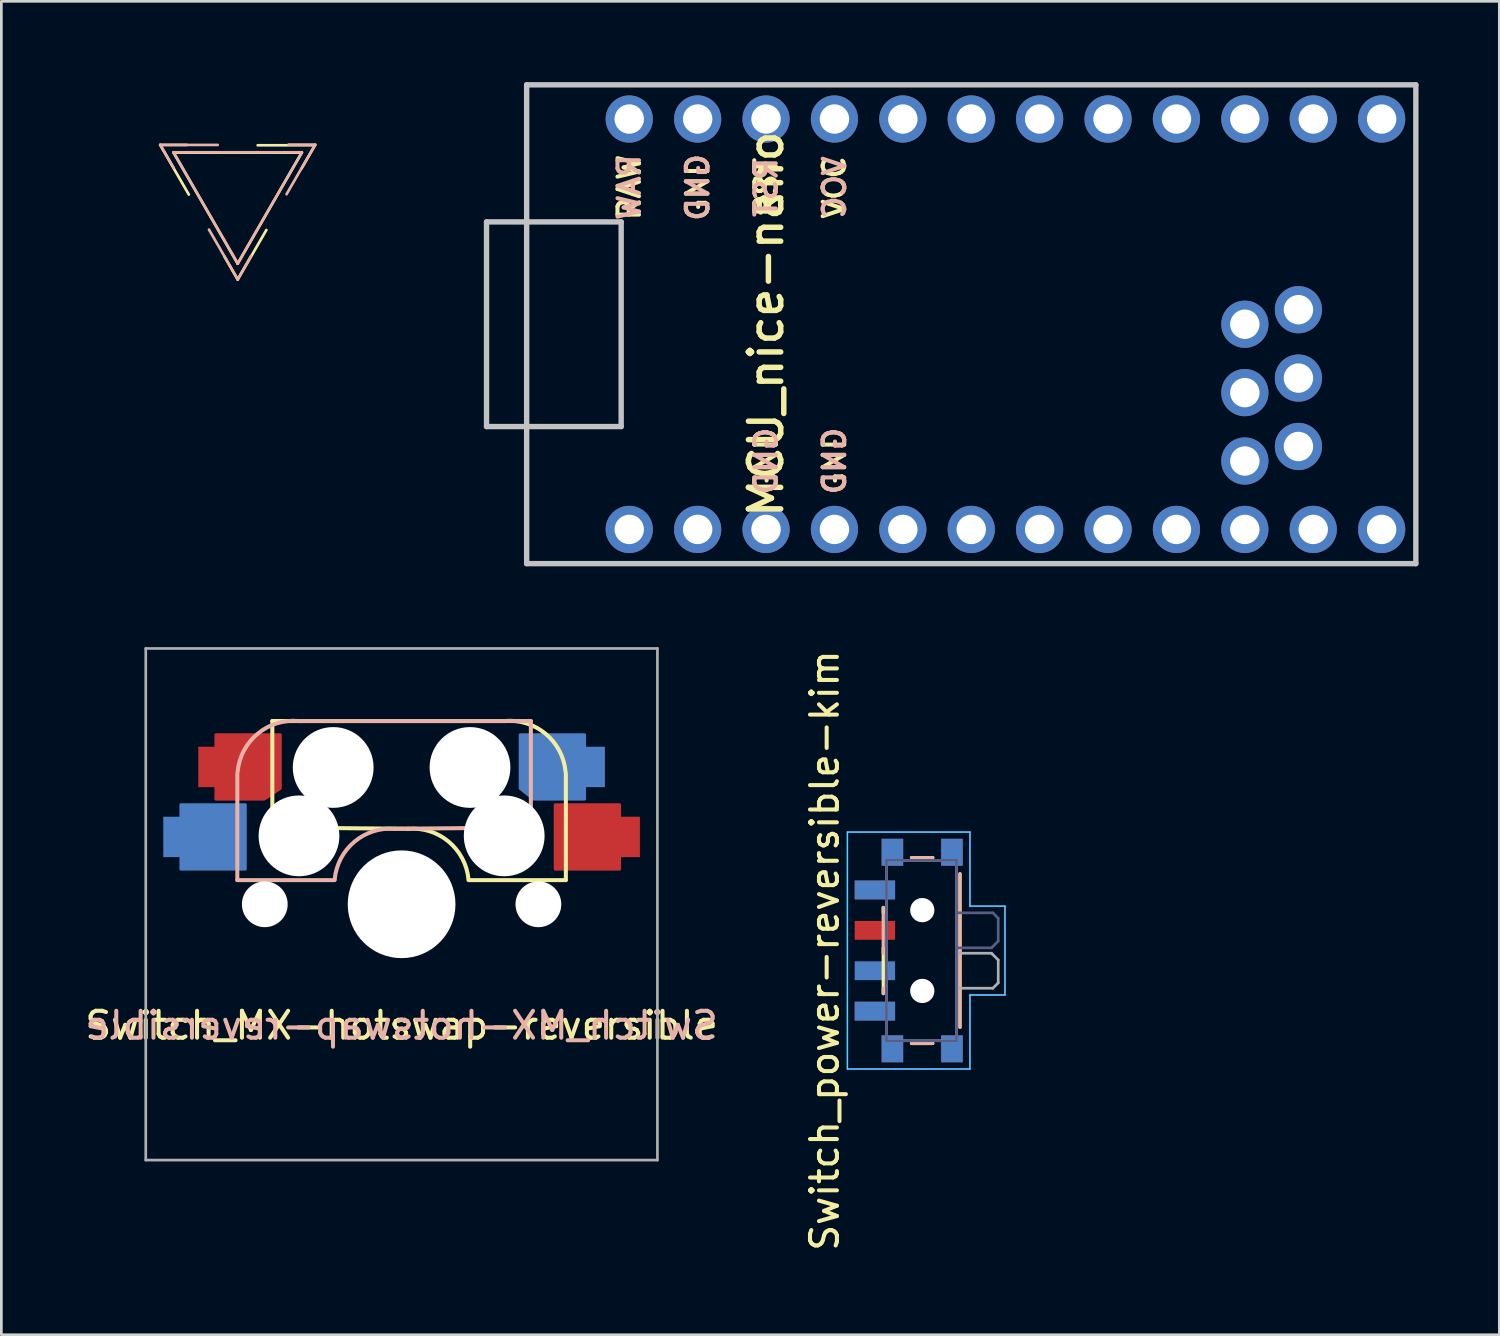
<source format=kicad_pcb>
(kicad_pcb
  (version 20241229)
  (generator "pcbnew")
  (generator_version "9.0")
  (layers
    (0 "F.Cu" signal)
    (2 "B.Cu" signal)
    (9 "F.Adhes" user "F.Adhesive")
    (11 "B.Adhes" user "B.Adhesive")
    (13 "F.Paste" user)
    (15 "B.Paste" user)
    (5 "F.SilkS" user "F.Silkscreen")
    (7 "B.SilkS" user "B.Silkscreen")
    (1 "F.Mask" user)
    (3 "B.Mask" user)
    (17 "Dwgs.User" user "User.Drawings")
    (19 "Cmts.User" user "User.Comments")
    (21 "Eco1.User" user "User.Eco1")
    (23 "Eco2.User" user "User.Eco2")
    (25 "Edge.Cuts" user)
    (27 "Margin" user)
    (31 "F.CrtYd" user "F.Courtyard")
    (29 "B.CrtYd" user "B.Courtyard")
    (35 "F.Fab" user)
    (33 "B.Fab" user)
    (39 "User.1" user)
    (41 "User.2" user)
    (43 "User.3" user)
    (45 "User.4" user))
  (footprint "MCU_nice-nano"
    (layer "F.Cu")
    (at 33.417 8.59)
    (property "Reference" "MCU_nice-nano" (at -8.02 0.4 90) (layer "F.SilkS") (effects (font (size 1.2 1.2) (thickness 0.203))))
    (attr through_hole)
    (fp_line (start -18.4 -3.4) (end -13.4 -3.4) (stroke (width 0.2) (type solid)) (layer "Dwgs.User"))
    (fp_line (start -18.4 4.2) (end -18.4 -3.4) (stroke (width 0.2) (type solid)) (layer "Dwgs.User"))
    (fp_line (start -16.91 -8.49) (end -16.91 9.29) (stroke (width 0.2) (type solid)) (layer "Dwgs.User"))
    (fp_line (start -16.91 9.29) (end 16.11 9.29) (stroke (width 0.2) (type solid)) (layer "Dwgs.User"))
    (fp_line (start -13.4 -3.4) (end -13.4 4.2) (stroke (width 0.2) (type solid)) (layer "Dwgs.User"))
    (fp_line (start -13.4 4.2) (end -18.4 4.2) (stroke (width 0.2) (type solid)) (layer "Dwgs.User"))
    (fp_line (start 16.11 -8.49) (end -16.91 -8.49) (stroke (width 0.2) (type solid)) (layer "Dwgs.User"))
    (fp_line (start 16.11 9.29) (end 16.11 -8.49) (stroke (width 0.2) (type solid)) (layer "Dwgs.User"))
    (fp_line (start 16.11 -8.49) (end -16.91 -8.49) (stroke (width 0.2) (type solid)) (layer "Eco1.User"))
    (fp_text user "RST" (at -8.02 -4.68 90) (layer "F.SilkS") (effects (font (size 0.8 0.8) (thickness 0.15))))
    (fp_text user "RAW" (at -13.1 -4.68 90) (layer "F.SilkS") (effects (font (size 0.8 0.8) (thickness 0.15))))
    (fp_text user "GND" (at -8.02 5.48 90) (layer "F.SilkS") (effects (font (size 0.8 0.8) (thickness 0.15))))
    (fp_text user "GND" (at -10.56 -4.68 90) (layer "F.SilkS") (effects (font (size 0.8 0.8) (thickness 0.15))))
    (fp_text user "VCC" (at -5.48 -4.68 90) (layer "F.SilkS") (effects (font (size 0.8 0.8) (thickness 0.15))))
    (fp_text user "GND" (at -5.48 5.48 90) (layer "F.SilkS") (effects (font (size 0.8 0.8) (thickness 0.15))))
    (fp_text user "RST" (at -8.02 -4.68 90) (layer "B.SilkS") (effects (font (size 0.8 0.8) (thickness 0.15)) (justify mirror)))
    (fp_text user "GND" (at -10.56 -4.68 90) (layer "B.SilkS") (effects (font (size 0.8 0.8) (thickness 0.15)) (justify mirror)))
    (fp_text user "GND" (at -5.48 5.48 90) (layer "B.SilkS") (effects (font (size 0.8 0.8) (thickness 0.15)) (justify mirror)))
    (fp_text user "RAW" (at -13.1 -4.68 90) (layer "B.SilkS") (effects (font (size 0.8 0.8) (thickness 0.15)) (justify mirror)))
    (fp_text user "VCC" (at -5.48 -4.68 90) (layer "B.SilkS") (effects (font (size 0.8 0.8) (thickness 0.15)) (justify mirror)))
    (fp_text user "GND" (at -8.02 5.48 90) (layer "B.SilkS") (effects (font (size 0.8 0.8) (thickness 0.15)) (justify mirror)))
    (fp_text user "supermini pins" (at 13 2.4 90) (unlocked yes) (layer "User.2") (effects (font (size 0.6 0.6) (thickness 0.075))))
    (fp_text user "nice!nano pins" (at 8.4 3 90) (unlocked yes) (layer "User.2") (effects (font (size 0.6 0.6) (thickness 0.075))))
    (pad "1" thru_hole circle (at -13.1 8.02) (size 1.753 1.753) (drill 1.092) (layers "*.Cu" "*.Mask"))
    (pad "2" thru_hole circle (at -10.56 8.02) (size 1.753 1.753) (drill 1.092) (layers "*.Cu" "*.Mask"))
    (pad "3" thru_hole circle (at -8.02 8.02) (size 1.753 1.753) (drill 1.092) (layers "*.Cu" "*.Mask"))
    (pad "4" thru_hole circle (at -5.48 8.02) (size 1.753 1.753) (drill 1.092) (layers "*.Cu" "*.Mask"))
    (pad "5" thru_hole circle (at -2.94 8.02) (size 1.753 1.753) (drill 1.092) (layers "*.Cu" "*.Mask"))
    (pad "6" thru_hole circle (at -0.4 8.02) (size 1.753 1.753) (drill 1.092) (layers "*.Cu" "*.Mask"))
    (pad "7" thru_hole circle (at 2.14 8.02) (size 1.753 1.753) (drill 1.092) (layers "*.Cu" "*.Mask"))
    (pad "8" thru_hole circle (at 4.68 8.02) (size 1.753 1.753) (drill 1.092) (layers "*.Cu" "*.Mask"))
    (pad "9" thru_hole circle (at 7.22 8.02) (size 1.753 1.753) (drill 1.092) (layers "*.Cu" "*.Mask"))
    (pad "10" thru_hole circle (at 9.76 8.02) (size 1.753 1.753) (drill 1.092) (layers "*.Cu" "*.Mask"))
    (pad "11" thru_hole circle (at 12.3 8.02) (size 1.753 1.753) (drill 1.092) (layers "*.Cu" "*.Mask"))
    (pad "12" thru_hole circle (at 14.84 8.02) (size 1.753 1.753) (drill 1.092) (layers "*.Cu" "*.Mask"))
    (pad "13" thru_hole circle (at 14.84 -7.22) (size 1.753 1.753) (drill 1.092) (layers "*.Cu" "*.Mask"))
    (pad "14" thru_hole circle (at 12.3 -7.22) (size 1.753 1.753) (drill 1.092) (layers "*.Cu" "*.Mask"))
    (pad "15" thru_hole circle (at 9.76 -7.22) (size 1.753 1.753) (drill 1.092) (layers "*.Cu" "*.Mask"))
    (pad "16" thru_hole circle (at 7.22 -7.22) (size 1.753 1.753) (drill 1.092) (layers "*.Cu" "*.Mask"))
    (pad "17" thru_hole circle (at 4.68 -7.22) (size 1.753 1.753) (drill 1.092) (layers "*.Cu" "*.Mask"))
    (pad "18" thru_hole circle (at 2.14 -7.22) (size 1.753 1.753) (drill 1.092) (layers "*.Cu" "*.Mask"))
    (pad "19" thru_hole circle (at -0.4 -7.22) (size 1.753 1.753) (drill 1.092) (layers "*.Cu" "*.Mask"))
    (pad "20" thru_hole circle (at -2.94 -7.22) (size 1.753 1.753) (drill 1.092) (layers "*.Cu" "*.Mask"))
    (pad "21" thru_hole circle (at -5.48 -7.22) (size 1.753 1.753) (drill 1.092) (layers "*.Cu" "*.Mask"))
    (pad "22" thru_hole circle (at -8.02 -7.22) (size 1.753 1.753) (drill 1.092) (layers "*.Cu" "*.Mask"))
    (pad "23" thru_hole circle (at -10.56 -7.22) (size 1.753 1.753) (drill 1.092) (layers "*.Cu" "*.Mask"))
    (pad "24" thru_hole circle (at -13.1 -7.22) (size 1.753 1.753) (drill 1.092) (layers "*.Cu" "*.Mask"))
    (pad "31" thru_hole circle (at 9.76 5.48) (size 1.753 1.753) (drill 1.092) (layers "*.Cu" "*.Mask"))
    (pad "31" thru_hole circle (at 11.75 4.94) (size 1.753 1.753) (drill 1.092) (layers "*.Cu" "*.Mask"))
    (pad "32" thru_hole circle (at 9.76 2.94) (size 1.753 1.753) (drill 1.092) (layers "*.Cu" "*.Mask"))
    (pad "32" thru_hole circle (at 11.75 2.4) (size 1.753 1.753) (drill 1.092) (layers "*.Cu" "*.Mask"))
    (pad "33" thru_hole circle (at 9.76 0.4) (size 1.753 1.753) (drill 1.092) (layers "*.Cu" "*.Mask"))
    (pad "33" thru_hole circle (at 11.75 -0.14) (size 1.753 1.753) (drill 1.092) (layers "*.Cu" "*.Mask")))
  (footprint "Switch_MX-hotswap-reversible"
    (layer "F.Cu")
    (at 11.863 30.53)
    (property "Reference" "Switch_MX-hotswap-reversible" (at 0 4.5 0) (layer "F.SilkS") (effects (font (size 1 1) (thickness 0.15))))
    (attr through_hole)
    (fp_line (start -4.8 -6.804) (end 3.825 -6.804) (stroke (width 0.15) (type solid)) (layer "F.SilkS"))
    (fp_line (start -4.8 -2.896) (end -4.8 -6.804) (stroke (width 0.15) (type solid)) (layer "F.SilkS"))
    (fp_line (start -4.8 -2.85) (end 0.25 -2.804) (stroke (width 0.15) (type solid)) (layer "F.SilkS"))
    (fp_line (start 6.1 -4.85) (end 6.1 -0.905) (stroke (width 0.15) (type solid)) (layer "F.SilkS"))
    (fp_line (start 6.1 -0.896) (end 2.49 -0.896) (stroke (width 0.15) (type solid)) (layer "F.SilkS"))
    (fp_arc (start 0.225 -2.8) (mid 1.744361 -2.328062) (end 2.485001 -0.920001) (stroke (width 0.15) (type solid)) (layer "F.SilkS"))
    (fp_arc (start 3.825 -6.804) (mid 5.347189 -6.33089) (end 6.089 -4.92) (stroke (width 0.15) (type solid)) (layer "F.SilkS"))
    (fp_line (start -6.1 -4.85) (end -6.1 -0.905) (stroke (width 0.15) (type solid)) (layer "B.SilkS"))
    (fp_line (start -6.1 -0.896) (end -2.49 -0.896) (stroke (width 0.15) (type solid)) (layer "B.SilkS"))
    (fp_line (start 4.8 -6.804) (end -3.825 -6.804) (stroke (width 0.15) (type solid)) (layer "B.SilkS"))
    (fp_line (start 4.8 -2.896) (end 4.8 -6.804) (stroke (width 0.15) (type solid)) (layer "B.SilkS"))
    (fp_line (start 4.8 -2.85) (end -0.25 -2.804) (stroke (width 0.15) (type solid)) (layer "B.SilkS"))
    (fp_arc (start -6.089 -4.92) (mid -5.347189 -6.33089) (end -3.825 -6.804) (stroke (width 0.15) (type solid)) (layer "B.SilkS"))
    (fp_arc (start -2.484999 -0.920001) (mid -1.74436 -2.328062) (end -0.225 -2.8) (stroke (width 0.15) (type solid)) (layer "B.SilkS"))
    (fp_line (start -7 -7) (end 7 -7) (stroke (width 0.15) (type solid)) (layer "Eco2.User"))
    (fp_line (start -7 7) (end -7 -7) (stroke (width 0.15) (type solid)) (layer "Eco2.User"))
    (fp_line (start 7 -7) (end 7 7) (stroke (width 0.15) (type solid)) (layer "Eco2.User"))
    (fp_line (start 7 7) (end -7 7) (stroke (width 0.15) (type solid)) (layer "Eco2.User"))
    (fp_line (start -9.5 -9.5) (end 9.5 -9.5) (stroke (width 0.1) (type solid)) (layer "F.Fab"))
    (fp_line (start -9.5 9.5) (end -9.5 -9.5) (stroke (width 0.1) (type solid)) (layer "F.Fab"))
    (fp_line (start 9.5 -9.5) (end 9.5 9.5) (stroke (width 0.1) (type solid)) (layer "F.Fab"))
    (fp_line (start 9.5 9.5) (end -9.5 9.5) (stroke (width 0.1) (type solid)) (layer "F.Fab"))
    (fp_text user "${REFERENCE}" (at 0 4.5 0) (unlocked yes) (layer "B.SilkS") (effects (font (size 1 1) (thickness 0.15)) (justify mirror)))
    (pad "" np_thru_hole circle (at -5.08 0) (size 1.7 1.7) (drill 1.7) (layers "*.Cu" "*.Mask"))
    (pad "" np_thru_hole circle (at -3.81 -2.54 180) (size 3 3) (drill 3) (layers "*.Cu" "*.Mask"))
    (pad "" np_thru_hole circle (at -2.54 -5.08 180) (size 3 3) (drill 3) (layers "*.Cu" "*.Mask"))
    (pad "" np_thru_hole circle (at 0 0 90) (size 4 4) (drill 4) (layers "*.Cu" "*.Mask"))
    (pad "" np_thru_hole circle (at 2.54 -5.08 180) (size 3 3) (drill 3) (layers "*.Cu" "*.Mask"))
    (pad "" np_thru_hole circle (at 3.81 -2.54 180) (size 3 3) (drill 3) (layers "*.Cu" "*.Mask"))
    (pad "" np_thru_hole circle (at 5.08 0) (size 1.7 1.7) (drill 1.7) (layers "*.Cu" "*.Mask"))
    (pad "1" smd custom (at -8.5 -2.5) (size 0.7 1.5) (layers "B.Cu" "B.Mask" "B.Paste") (options (anchor rect)) (primitives (gr_poly (pts (xy 0.3 -1.2) (xy 2.7 -1.2) (xy 2.7 1.2) (xy 0.3 1.2)) (width 0.1) (fill yes))))
    (pad "1" smd custom (at 8.5 -2.5) (size 0.7 1.5) (layers "F.Cu" "F.Mask" "F.Paste") (options (anchor rect)) (primitives (gr_poly (pts (xy -2.8 -1.2) (xy -0.4 -1.2) (xy -0.4 1.2) (xy -2.8 1.2)) (width 0.1) (fill yes))))
    (pad "2" smd custom (at -7.2 -5.1) (size 0.7 1.5) (layers "F.Cu" "F.Mask" "F.Paste") (options (anchor rect)) (primitives (gr_poly (pts (xy 0.3 -1.2) (xy 0.3 1.2) (xy 2.1 1.2) (xy 2.7 0.8) (xy 2.7 -1.2)) (width 0.1) (fill yes))))
    (pad "2" smd custom (at 7.2 -5.1) (size 0.7 1.5) (layers "B.Cu" "B.Mask" "B.Paste") (options (anchor rect)) (primitives (gr_poly (pts (xy -0.4 -1.2) (xy -2.8 -1.2) (xy -2.8 0.8) (xy -2.3 1.2) (xy -0.4 1.2)) (width 0.1) (fill yes)))))
  (footprint "Logo_vik-small"
    (layer "F.Cu")
    (at 5.778 4.138)
    (property "Reference" "Logo_vik-small" (at 0.18 -3.29 0) (unlocked yes) (layer "User.1") (effects (font (size 1 1) (thickness 0.15))))
    (attr smd)
    (fp_line (start -2.88 -1.806) (end -1.892 -1.806) (stroke (width 0.1) (type solid)) (layer "F.SilkS"))
    (fp_line (start -2.384 -1.52) (end 2.38 -1.52) (stroke (width 0.1) (type solid)) (layer "F.SilkS"))
    (fp_line (start -1.816 0.037) (end -2.88 -1.806) (stroke (width 0.1) (type solid)) (layer "F.SilkS"))
    (fp_line (start -0.002 2.606) (end -2.384 -1.52) (stroke (width 0.1) (type solid)) (layer "F.SilkS"))
    (fp_line (start 0.000114 3.195) (end -0.493 2.339) (stroke (width 0.1) (type solid)) (layer "F.SilkS"))
    (fp_line (start 0.741 -1.793) (end 2.87 -1.794) (stroke (width 0.1) (type solid)) (layer "F.SilkS"))
    (fp_line (start 1.064 1.352) (end 0.000114 3.195) (stroke (width 0.1) (type solid)) (layer "F.SilkS"))
    (fp_line (start 2.38 -1.52) (end -0.002 2.606) (stroke (width 0.1) (type solid)) (layer "F.SilkS"))
    (fp_line (start 2.87 -1.794) (end 2.375 -0.938) (stroke (width 0.1) (type solid)) (layer "F.SilkS"))
    (fp_line (start -2.873 -1.806) (end -0.744 -1.806) (stroke (width 0.1) (type solid)) (layer "B.SilkS"))
    (fp_line (start -2.383 -1.533) (end 2.381 -1.533) (stroke (width 0.1) (type solid)) (layer "B.SilkS"))
    (fp_line (start -2.378 -0.951) (end -2.873 -1.806) (stroke (width 0.1) (type solid)) (layer "B.SilkS"))
    (fp_line (start -0.003 3.182) (end -1.067 1.339) (stroke (width 0.1) (type solid)) (layer "B.SilkS"))
    (fp_line (start -0.001 2.593) (end -2.383 -1.533) (stroke (width 0.1) (type solid)) (layer "B.SilkS"))
    (fp_line (start 0.491 2.327) (end -0.003 3.182) (stroke (width 0.1) (type solid)) (layer "B.SilkS"))
    (fp_line (start 1.889 -1.819) (end 2.877 -1.819) (stroke (width 0.1) (type solid)) (layer "B.SilkS"))
    (fp_line (start 2.381 -1.533) (end -0.001 2.593) (stroke (width 0.1) (type solid)) (layer "B.SilkS"))
    (fp_line (start 2.877 -1.819) (end 1.813 0.024) (stroke (width 0.1) (type solid)) (layer "B.SilkS")))
  (footprint "Switch_power-reversible-kim"
    (layer "F.Cu")
    (at 31.174 32.248)
    (property "Reference" "Switch_power-reversible-kim" (at -3.6 0 270) (layer "F.SilkS") (effects (font (size 1 1) (thickness 0.15))))
    (attr smd)
    (fp_line (start -1.425 -1.4) (end -1.425 -1.6) (stroke (width 0.12) (type solid)) (layer "F.SilkS"))
    (fp_line (start -1.425 1.6) (end -1.425 -0.1) (stroke (width 0.12) (type solid)) (layer "F.SilkS"))
    (fp_line (start -0.375 3.45) (end 0.415 3.45) (stroke (width 0.12) (type solid)) (layer "F.SilkS"))
    (fp_line (start 0.415 -3.45) (end -0.375 -3.45) (stroke (width 0.12) (type solid)) (layer "F.SilkS"))
    (fp_line (start 1.425 2.85) (end 1.425 -2.85) (stroke (width 0.12) (type solid)) (layer "F.SilkS"))
    (fp_line (start -1.425 -1.6) (end -1.425 0.1) (stroke (width 0.12) (type solid)) (layer "B.SilkS"))
    (fp_line (start -1.425 1.4) (end -1.425 1.6) (stroke (width 0.12) (type solid)) (layer "B.SilkS"))
    (fp_line (start -0.375 -3.45) (end 0.415 -3.45) (stroke (width 0.12) (type solid)) (layer "B.SilkS"))
    (fp_line (start 0.415 3.45) (end -0.375 3.45) (stroke (width 0.12) (type solid)) (layer "B.SilkS"))
    (fp_line (start 1.425 -2.85) (end 1.425 2.85) (stroke (width 0.12) (type solid)) (layer "B.SilkS"))
    (fp_line (start -2.755 -4.4) (end -2.755 4.4) (stroke (width 0.05) (type solid)) (layer "B.CrtYd"))
    (fp_line (start -2.755 4.4) (end 1.795 4.4) (stroke (width 0.05) (type solid)) (layer "B.CrtYd"))
    (fp_line (start 1.795 -4.4) (end -2.755 -4.4) (stroke (width 0.05) (type solid)) (layer "B.CrtYd"))
    (fp_line (start 1.795 -1.65) (end 1.795 -4.4) (stroke (width 0.05) (type solid)) (layer "B.CrtYd"))
    (fp_line (start 1.795 1.65) (end 3.095 1.65) (stroke (width 0.05) (type solid)) (layer "B.CrtYd"))
    (fp_line (start 1.795 4.4) (end 1.795 1.65) (stroke (width 0.05) (type solid)) (layer "B.CrtYd"))
    (fp_line (start 3.095 -1.65) (end 1.795 -1.65) (stroke (width 0.05) (type solid)) (layer "B.CrtYd"))
    (fp_line (start 3.095 1.65) (end 3.095 -1.65) (stroke (width 0.05) (type solid)) (layer "B.CrtYd"))
    (fp_line (start -2.755 -4.4) (end 1.795 -4.4) (stroke (width 0.05) (type solid)) (layer "F.CrtYd"))
    (fp_line (start -2.755 4.4) (end -2.755 -4.4) (stroke (width 0.05) (type solid)) (layer "F.CrtYd"))
    (fp_line (start 1.795 -4.4) (end 1.795 -1.65) (stroke (width 0.05) (type solid)) (layer "F.CrtYd"))
    (fp_line (start 1.795 -1.65) (end 3.095 -1.65) (stroke (width 0.05) (type solid)) (layer "F.CrtYd"))
    (fp_line (start 1.795 1.65) (end 1.795 4.4) (stroke (width 0.05) (type solid)) (layer "F.CrtYd"))
    (fp_line (start 1.795 4.4) (end -2.755 4.4) (stroke (width 0.05) (type solid)) (layer "F.CrtYd"))
    (fp_line (start 3.095 -1.65) (end 3.095 1.65) (stroke (width 0.05) (type solid)) (layer "F.CrtYd"))
    (fp_line (start 3.095 1.65) (end 1.795 1.65) (stroke (width 0.05) (type solid)) (layer "F.CrtYd"))
    (fp_line (start -1.305 -3.35) (end 1.295 -3.35) (stroke (width 0.1) (type solid)) (layer "B.Fab"))
    (fp_line (start -1.305 3.35) (end -1.305 -3.35) (stroke (width 0.1) (type solid)) (layer "B.Fab"))
    (fp_line (start 1.295 -3.35) (end 1.295 3.35) (stroke (width 0.1) (type solid)) (layer "B.Fab"))
    (fp_line (start 1.295 3.35) (end -1.305 3.35) (stroke (width 0.1) (type solid)) (layer "B.Fab"))
    (fp_line (start 1.345 -1.4) (end 2.645 -1.4) (stroke (width 0.1) (type solid)) (layer "B.Fab"))
    (fp_line (start 2.595 -0.1) (end 1.295 -0.1) (stroke (width 0.1) (type solid)) (layer "B.Fab"))
    (fp_line (start 2.645 -1.4) (end 2.845 -1.2) (stroke (width 0.1) (type solid)) (layer "B.Fab"))
    (fp_line (start 2.645 -0.15) (end 2.595 -0.1) (stroke (width 0.1) (type solid)) (layer "B.Fab"))
    (fp_line (start 2.845 -1.2) (end 2.845 -0.35) (stroke (width 0.1) (type solid)) (layer "B.Fab"))
    (fp_line (start 2.845 -0.35) (end 2.645 -0.15) (stroke (width 0.1) (type solid)) (layer "B.Fab"))
    (fp_line (start -1.305 -3.35) (end -1.305 3.35) (stroke (width 0.1) (type solid)) (layer "F.Fab"))
    (fp_line (start -1.305 3.35) (end 1.295 3.35) (stroke (width 0.1) (type solid)) (layer "F.Fab"))
    (fp_line (start 1.295 -3.35) (end -1.305 -3.35) (stroke (width 0.1) (type solid)) (layer "F.Fab"))
    (fp_line (start 1.295 3.35) (end 1.295 -3.35) (stroke (width 0.1) (type solid)) (layer "F.Fab"))
    (fp_line (start 1.345 1.4) (end 2.645 1.4) (stroke (width 0.1) (type solid)) (layer "F.Fab"))
    (fp_line (start 2.595 0.1) (end 1.295 0.1) (stroke (width 0.1) (type solid)) (layer "F.Fab"))
    (fp_line (start 2.645 0.15) (end 2.595 0.1) (stroke (width 0.1) (type solid)) (layer "F.Fab"))
    (fp_line (start 2.645 1.4) (end 2.845 1.2) (stroke (width 0.1) (type solid)) (layer "F.Fab"))
    (fp_line (start 2.845 0.35) (end 2.645 0.15) (stroke (width 0.1) (type solid)) (layer "F.Fab"))
    (fp_line (start 2.845 1.2) (end 2.845 0.35) (stroke (width 0.1) (type solid)) (layer "F.Fab"))
    (pad "" smd rect (at -1.085 -3.65 90) (size 1 0.8) (layers "F.Cu" "F.Mask" "F.Paste"))
    (pad "" smd rect (at -1.085 -3.65 270) (size 1 0.8) (layers "B.Cu" "B.Mask" "B.Paste"))
    (pad "" smd rect (at -1.085 3.65 90) (size 1 0.8) (layers "F.Cu" "F.Mask" "F.Paste"))
    (pad "" smd rect (at -1.085 3.65 270) (size 1 0.8) (layers "B.Cu" "B.Mask" "B.Paste"))
    (pad "" np_thru_hole circle (at 0.025 -1.5 90) (size 0.9 0.9) (drill 0.9) (layers "*.Cu" "*.Mask"))
    (pad "" np_thru_hole circle (at 0.025 1.5 90) (size 0.9 0.9) (drill 0.9) (layers "*.Cu" "*.Mask"))
    (pad "" smd rect (at 1.125 -3.65 90) (size 1 0.8) (layers "F.Cu" "F.Mask" "F.Paste"))
    (pad "" smd rect (at 1.125 -3.65 270) (size 1 0.8) (layers "B.Cu" "B.Mask" "B.Paste"))
    (pad "" smd rect (at 1.125 3.65 90) (size 1 0.8) (layers "F.Cu" "F.Mask" "F.Paste"))
    (pad "" smd rect (at 1.125 3.65 270) (size 1 0.8) (layers "B.Cu" "B.Mask" "B.Paste"))
    (pad "1" smd rect (at -1.735 -2.25 270) (size 0.7 1.5) (layers "B.Cu" "B.Mask" "B.Paste"))
    (pad "1" smd rect (at -1.735 2.25 90) (size 0.7 1.5) (layers "F.Cu" "F.Mask" "F.Paste"))
    (pad "2" smd rect (at -1.735 -0.75 90) (size 0.7 1.5) (layers "F.Cu" "F.Mask" "F.Paste"))
    (pad "2" smd rect (at -1.735 0.75 270) (size 0.7 1.5) (layers "B.Cu" "B.Mask" "B.Paste"))
    (pad "3" smd rect (at -1.735 -2.25 90) (size 0.7 1.5) (layers "F.Cu" "F.Mask" "F.Paste"))
    (pad "3" smd rect (at -1.735 2.25 270) (size 0.7 1.5) (layers "B.Cu" "B.Mask" "B.Paste")))
  (gr_rect
    (start -3 -3)
    (end 52.627 46.516)
    (stroke (width 0.1) (type default))
    (fill no)
    (layer "Edge.Cuts")))
</source>
